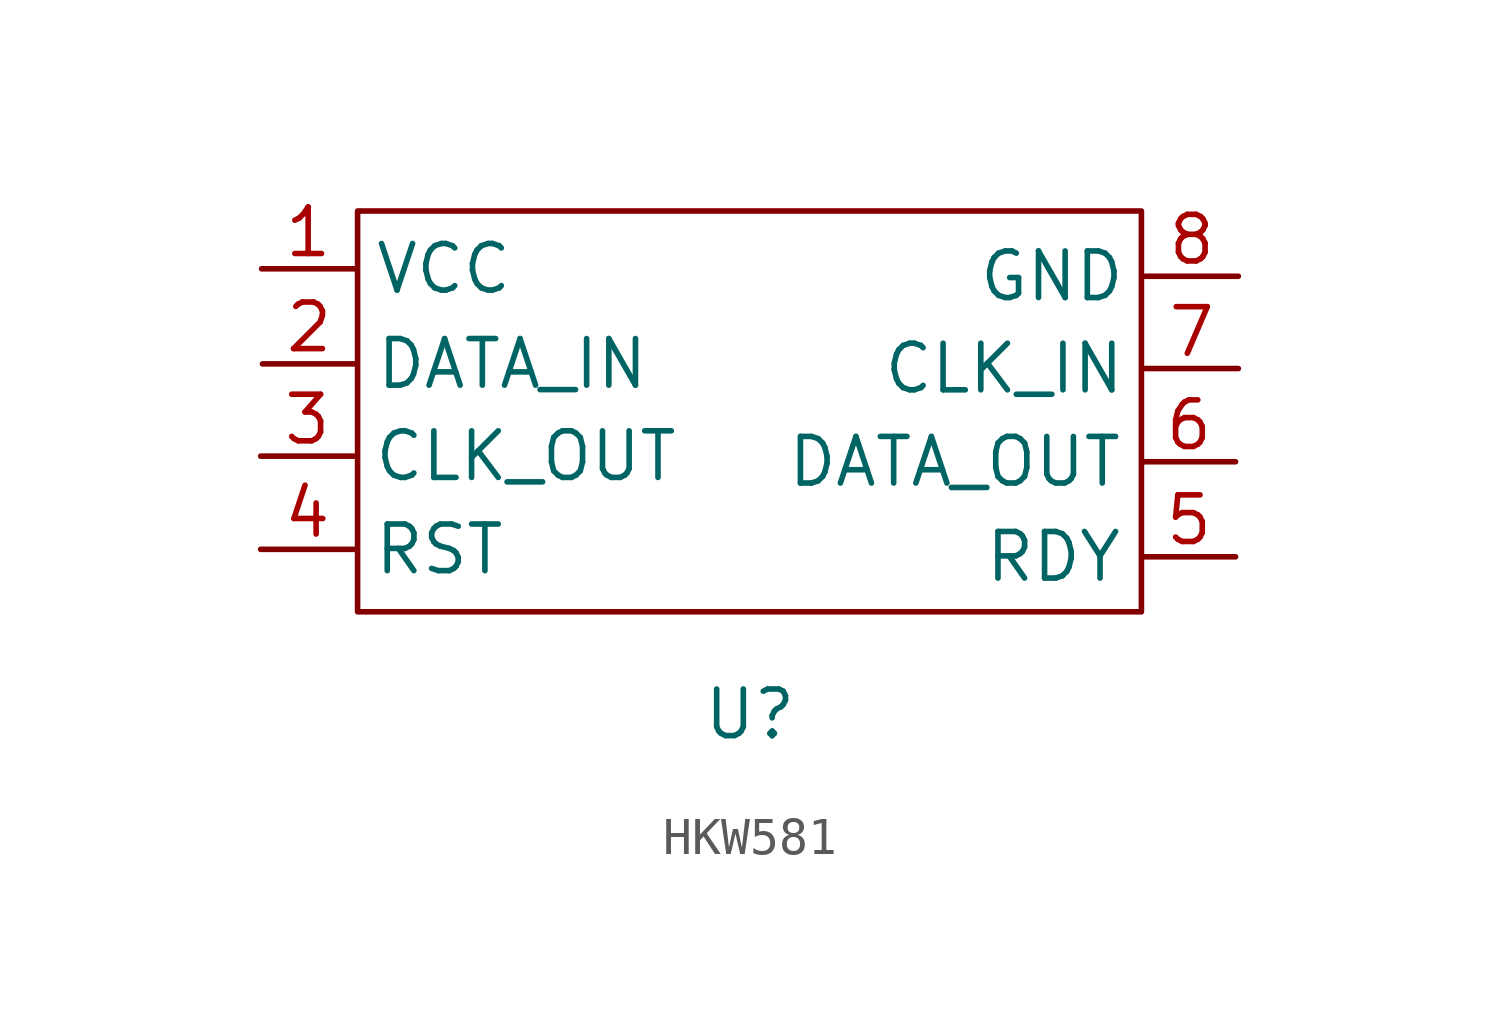
<source format=kicad_sym>
(kicad_symbol_lib
  (version 20220914)
  (generator kicad_symbol_editor)
  (symbol "HKW581"
    (property "Reference" "U"
      (at 0 0 0)
      (effects (font (size 1.27 1.27))))
    (property "Value" ""
      (at 0 0 0)
      (effects (font (size 1.27 1.27))))
    (symbol "HKW581_0_1"
      (rectangle (start -10.693 13.716) (end 10.668 2.794) (stroke (width 0) (type default)) (fill (type none))))
    (symbol "HKW581_1_1"
      (pin power_in line (at -13.31 12.141 0) (length 2.54) (name "VCC" (effects (font (size 1.27 1.27)))) (number "1" (effects (font (size 1.27 1.27)))))
      (pin input line (at -13.284 9.55 0) (length 2.54) (name "DATA_IN" (effects (font (size 1.27 1.27)))) (number "2" (effects (font (size 1.27 1.27)))))
      (pin output line (at -13.335 7.036 0) (length 2.54) (name "CLK_OUT" (effects (font (size 1.27 1.27)))) (number "3" (effects (font (size 1.27 1.27)))))
      (pin input line (at -13.335 4.496 0) (length 2.54) (name "RST" (effects (font (size 1.27 1.27)))) (number "4" (effects (font (size 1.27 1.27)))))
      (pin output line (at 13.233 4.293 180) (length 2.54) (name "RDY" (effects (font (size 1.27 1.27)))) (number "5" (effects (font (size 1.27 1.27)))))
      (pin output line (at 13.233 6.883 180) (length 2.54) (name "DATA_OUT" (effects (font (size 1.27 1.27)))) (number "6" (effects (font (size 1.27 1.27)))))
      (pin input line (at 13.31 9.423 180) (length 2.54) (name "CLK_IN" (effects (font (size 1.27 1.27)))) (number "7" (effects (font (size 1.27 1.27)))))
      (pin power_in line (at 13.31 11.938 180) (length 2.54) (name "GND" (effects (font (size 1.27 1.27)))) (number "8" (effects (font (size 1.27 1.27))))))))
</source>
